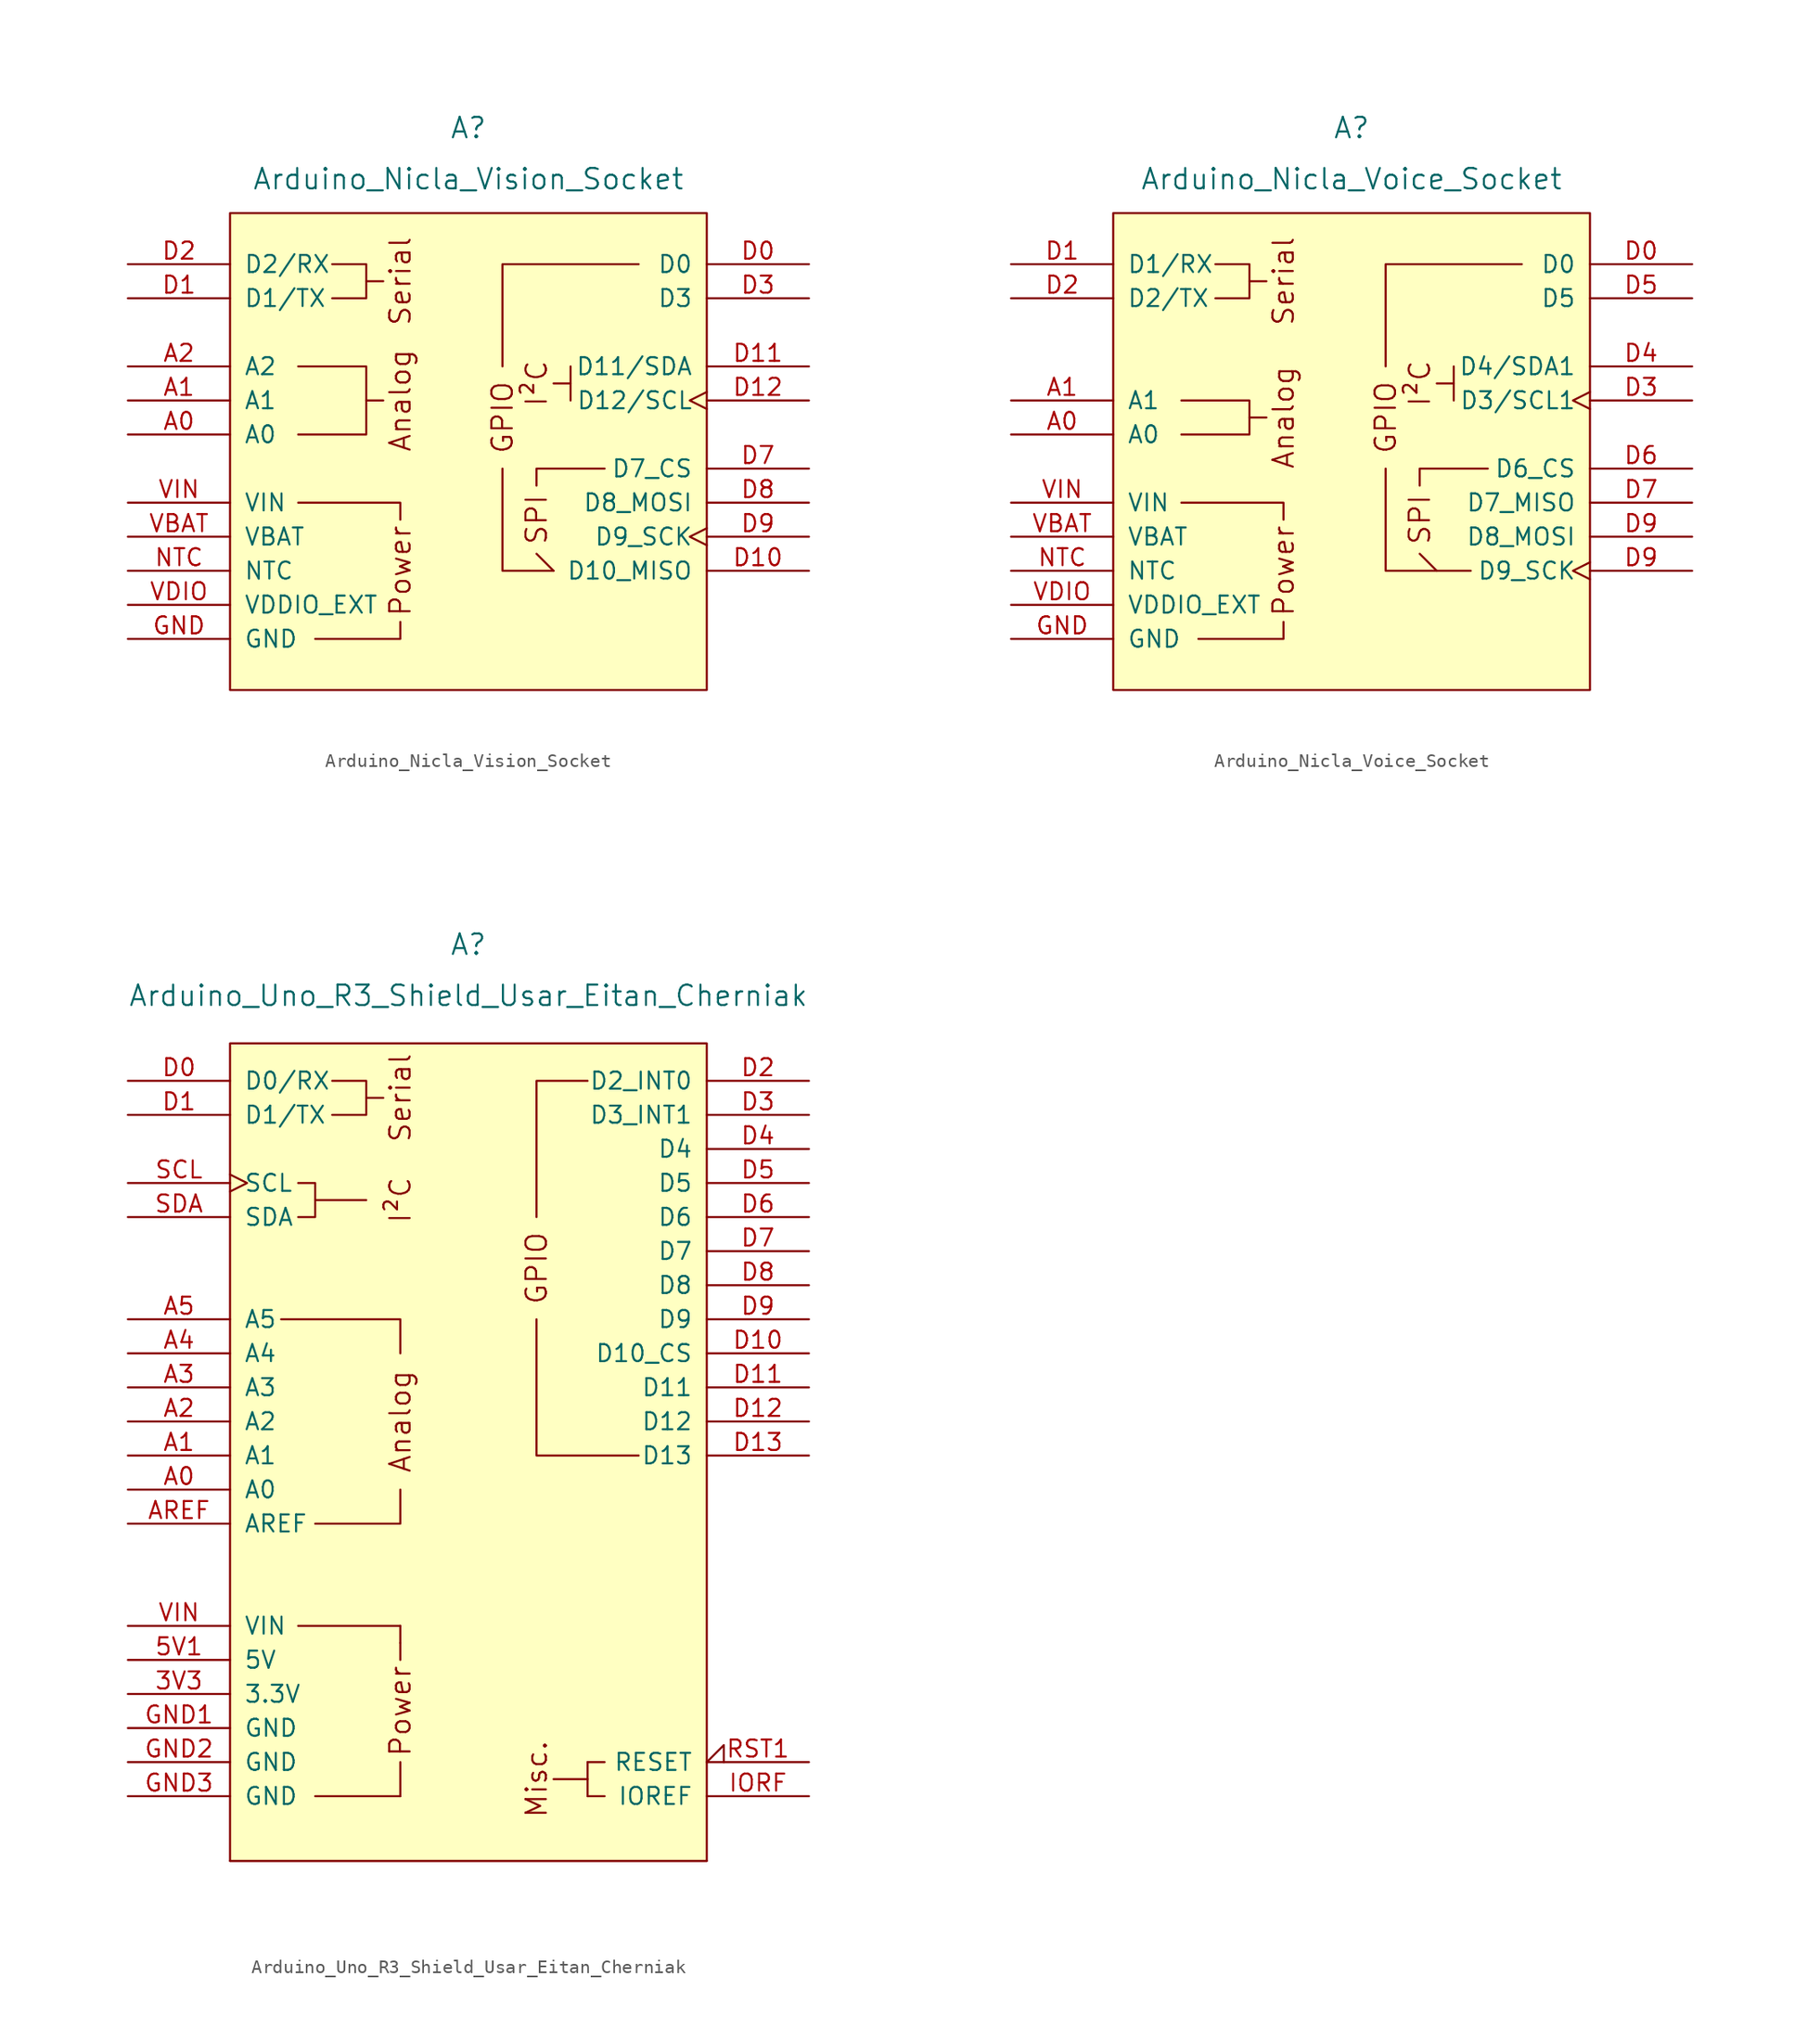
<source format=kicad_sym>
(kicad_symbol_lib
  (version 20231120)
  (generator "kicad_symbol_editor")
  (generator_version "8.0")
  (symbol "Arduino_Nicla_Vision_Socket"
    (pin_names
      (offset 1.016))
    (property "Reference" "A"
      (at 0 33.02 0)
      (effects (font (size 1.524 1.524))))
    (property "Value" "Arduino_Nicla_Vision_Socket"
      (at 0 29.21 0)
      (effects (font (size 1.524 1.524))))
    (symbol "Arduino_Nicla_Vision_Socket_0_0"
      (rectangle (start -17.78 26.67) (end 17.78 -8.89) (stroke (width 0) (type default)) (fill (type background)))
      (polyline (pts (xy -7.62 12.7) (xy -6.35 12.7)) (stroke (width 0) (type default)) (fill (type none)))
      (polyline (pts (xy -7.62 21.59) (xy -6.35 21.59)) (stroke (width 0) (type default)) (fill (type none)))
      (polyline (pts (xy 7.62 13.97) (xy 6.35 13.97)) (stroke (width 0) (type default)) (fill (type none)))
      (polyline (pts (xy -11.43 -5.08) (xy -5.08 -5.08) (xy -5.08 -3.81)) (stroke (width 0) (type default)) (fill (type none)))
      (polyline (pts (xy -5.08 3.81) (xy -5.08 5.08) (xy -12.7 5.08)) (stroke (width 0) (type default)) (fill (type none)))
      (polyline (pts (xy -10.16 22.86) (xy -7.62 22.86) (xy -7.62 20.32) (xy -10.16 20.32)) (stroke (width 0) (type default)) (fill (type none)))
      (polyline (pts (xy 5.08 6.35) (xy 5.08 6.35) (xy 5.08 7.62) (xy 10.16 7.62)) (stroke (width 0) (type default)) (fill (type none)))
      (polyline (pts (xy 6.35 0) (xy 6.35 0) (xy 6.35 0) (xy 5.08 1.27)) (stroke (width 0) (type default)) (fill (type none)))
      (polyline (pts (xy 7.62 12.7) (xy 7.62 12.7) (xy 7.62 15.24) (xy 7.62 15.24)) (stroke (width 0) (type default)) (fill (type none)))
      (text "Analog" (at -5.08 12.7 900) (effects (font (size 1.524 1.524))))
      (text "I²C" (at 5.08 13.97 900) (effects (font (size 1.524 1.524))))
      (text "Power" (at -5.08 0 900) (effects (font (size 1.524 1.524))))
      (text "Serial" (at -5.08 21.59 900) (effects (font (size 1.524 1.524)))))
    (symbol "Arduino_Nicla_Vision_Socket_0_1"
      (polyline (pts (xy -12.7 10.16) (xy -7.62 10.16) (xy -7.62 12.7)) (stroke (width 0) (type default)) (fill (type none)))
      (polyline (pts (xy -12.7 15.24) (xy -7.62 15.24) (xy -7.62 12.7)) (stroke (width 0) (type default)) (fill (type none)))
      (polyline (pts (xy 6.35 0) (xy 2.54 0) (xy 2.54 7.62)) (stroke (width 0) (type default)) (fill (type none)))
      (polyline (pts (xy 12.7 22.86) (xy 2.54 22.86) (xy 2.54 15.24)) (stroke (width 0) (type default)) (fill (type none))))
    (symbol "Arduino_Nicla_Vision_Socket_1_0"
      (text "GPIO" (at 2.54 11.43 900) (effects (font (size 1.524 1.524))))
      (text "SPI" (at 5.08 3.81 900) (effects (font (size 1.524 1.524)))))
    (symbol "Arduino_Nicla_Vision_Socket_1_1"
      (pin bidirectional line (at -25.4 10.16 0) (length 7.62) (name "A0" (effects (font (size 1.27 1.27)))) (number "A0" (effects (font (size 1.27 1.27)))))
      (pin bidirectional line (at -25.4 12.7 0) (length 7.62) (name "A1" (effects (font (size 1.27 1.27)))) (number "A1" (effects (font (size 1.27 1.27)))))
      (pin bidirectional line (at -25.4 15.24 0) (length 7.62) (name "A2" (effects (font (size 1.27 1.27)))) (number "A2" (effects (font (size 1.27 1.27)))))
      (pin bidirectional line (at 25.4 22.86 180) (length 7.62) (name "D0" (effects (font (size 1.27 1.27)))) (number "D0" (effects (font (size 1.27 1.27)))))
      (pin bidirectional line (at -25.4 20.32 0) (length 7.62) (name "D1/TX" (effects (font (size 1.27 1.27)))) (number "D1" (effects (font (size 1.27 1.27)))))
      (pin bidirectional line (at 25.4 0 180) (length 7.62) (name "D10_MISO" (effects (font (size 1.27 1.27)))) (number "D10" (effects (font (size 1.27 1.27)))))
      (pin bidirectional line (at 25.4 15.24 180) (length 7.62) (name "D11/SDA" (effects (font (size 1.27 1.27)))) (number "D11" (effects (font (size 1.27 1.27)))))
      (pin bidirectional clock (at 25.4 12.7 180) (length 7.62) (name "D12/SCL" (effects (font (size 1.27 1.27)))) (number "D12" (effects (font (size 1.27 1.27)))))
      (pin bidirectional line (at -25.4 22.86 0) (length 7.62) (name "D2/RX" (effects (font (size 1.27 1.27)))) (number "D2" (effects (font (size 1.27 1.27)))))
      (pin bidirectional line (at 25.4 20.32 180) (length 7.62) (name "D3" (effects (font (size 1.27 1.27)))) (number "D3" (effects (font (size 1.27 1.27)))))
      (pin bidirectional line (at 25.4 7.62 180) (length 7.62) (name "D7_CS" (effects (font (size 1.27 1.27)))) (number "D7" (effects (font (size 1.27 1.27)))))
      (pin bidirectional line (at 25.4 5.08 180) (length 7.62) (name "D8_MOSI" (effects (font (size 1.27 1.27)))) (number "D8" (effects (font (size 1.27 1.27)))))
      (pin bidirectional clock (at 25.4 2.54 180) (length 7.62) (name "D9_SCK" (effects (font (size 1.27 1.27)))) (number "D9" (effects (font (size 1.27 1.27)))))
      (pin power_in line (at -25.4 -5.08 0) (length 7.62) (name "GND" (effects (font (size 1.27 1.27)))) (number "GND" (effects (font (size 1.27 1.27)))))
      (pin input line (at -25.4 0 0) (length 7.62) (name "NTC" (effects (font (size 1.27 1.27)))) (number "NTC" (effects (font (size 1.27 1.27)))))
      (pin power_in line (at -25.4 2.54 0) (length 7.62) (name "VBAT" (effects (font (size 1.27 1.27)))) (number "VBAT" (effects (font (size 1.27 1.27)))))
      (pin power_out line (at -25.4 -2.54 0) (length 7.62) (name "VDDIO_EXT" (effects (font (size 1.27 1.27)))) (number "VDIO" (effects (font (size 1.27 1.27)))))
      (pin power_in line (at -25.4 5.08 0) (length 7.62) (name "VIN" (effects (font (size 1.27 1.27)))) (number "VIN" (effects (font (size 1.27 1.27)))))))
  (symbol "Arduino_Nicla_Voice_Socket"
    (pin_names
      (offset 1.016))
    (property "Reference" "A"
      (at 0 33.02 0)
      (effects (font (size 1.524 1.524))))
    (property "Value" "Arduino_Nicla_Voice_Socket"
      (at 0 29.21 0)
      (effects (font (size 1.524 1.524))))
    (symbol "Arduino_Nicla_Voice_Socket_0_0"
      (rectangle (start -17.78 26.67) (end 17.78 -8.89) (stroke (width 0) (type default)) (fill (type background)))
      (polyline (pts (xy -7.62 11.43) (xy -6.35 11.43)) (stroke (width 0) (type default)) (fill (type none)))
      (polyline (pts (xy -7.62 21.59) (xy -6.35 21.59)) (stroke (width 0) (type default)) (fill (type none)))
      (polyline (pts (xy 7.62 13.97) (xy 6.35 13.97)) (stroke (width 0) (type default)) (fill (type none)))
      (polyline (pts (xy -11.43 -5.08) (xy -5.08 -5.08) (xy -5.08 -3.81)) (stroke (width 0) (type default)) (fill (type none)))
      (polyline (pts (xy -5.08 3.81) (xy -5.08 5.08) (xy -12.7 5.08)) (stroke (width 0) (type default)) (fill (type none)))
      (polyline (pts (xy -10.16 22.86) (xy -7.62 22.86) (xy -7.62 20.32) (xy -10.16 20.32)) (stroke (width 0) (type default)) (fill (type none)))
      (polyline (pts (xy 5.08 6.35) (xy 5.08 6.35) (xy 5.08 7.62) (xy 10.16 7.62)) (stroke (width 0) (type default)) (fill (type none)))
      (polyline (pts (xy 6.35 0) (xy 6.35 0) (xy 6.35 0) (xy 5.08 1.27)) (stroke (width 0) (type default)) (fill (type none)))
      (polyline (pts (xy 7.62 12.7) (xy 7.62 12.7) (xy 7.62 15.24) (xy 7.62 15.24)) (stroke (width 0) (type default)) (fill (type none)))
      (text "Analog" (at -5.08 11.43 900) (effects (font (size 1.524 1.524))))
      (text "I²C" (at 5.08 13.97 900) (effects (font (size 1.524 1.524))))
      (text "Power" (at -5.08 0 900) (effects (font (size 1.524 1.524))))
      (text "Serial" (at -5.08 21.59 900) (effects (font (size 1.524 1.524)))))
    (symbol "Arduino_Nicla_Voice_Socket_0_1"
      (polyline (pts (xy -12.7 10.16) (xy -7.62 10.16) (xy -7.62 11.43)) (stroke (width 0) (type default)) (fill (type none)))
      (polyline (pts (xy -12.7 12.7) (xy -7.62 12.7) (xy -7.62 11.43)) (stroke (width 0) (type default)) (fill (type none)))
      (polyline (pts (xy 8.89 0) (xy 2.54 0) (xy 2.54 7.62)) (stroke (width 0) (type default)) (fill (type none)))
      (polyline (pts (xy 12.7 22.86) (xy 2.54 22.86) (xy 2.54 15.24)) (stroke (width 0) (type default)) (fill (type none))))
    (symbol "Arduino_Nicla_Voice_Socket_1_0"
      (text "GPIO" (at 2.54 11.43 900) (effects (font (size 1.524 1.524))))
      (text "SPI" (at 5.08 3.81 900) (effects (font (size 1.524 1.524)))))
    (symbol "Arduino_Nicla_Voice_Socket_1_1"
      (pin bidirectional line (at -25.4 10.16 0) (length 7.62) (name "A0" (effects (font (size 1.27 1.27)))) (number "A0" (effects (font (size 1.27 1.27)))))
      (pin bidirectional line (at -25.4 12.7 0) (length 7.62) (name "A1" (effects (font (size 1.27 1.27)))) (number "A1" (effects (font (size 1.27 1.27)))))
      (pin bidirectional line (at 25.4 22.86 180) (length 7.62) (name "D0" (effects (font (size 1.27 1.27)))) (number "D0" (effects (font (size 1.27 1.27)))))
      (pin bidirectional line (at -25.4 22.86 0) (length 7.62) (name "D1/RX" (effects (font (size 1.27 1.27)))) (number "D1" (effects (font (size 1.27 1.27)))))
      (pin bidirectional line (at -25.4 20.32 0) (length 7.62) (name "D2/TX" (effects (font (size 1.27 1.27)))) (number "D2" (effects (font (size 1.27 1.27)))))
      (pin bidirectional clock (at 25.4 12.7 180) (length 7.62) (name "D3/SCL1" (effects (font (size 1.27 1.27)))) (number "D3" (effects (font (size 1.27 1.27)))))
      (pin bidirectional line (at 25.4 15.24 180) (length 7.62) (name "D4/SDA1" (effects (font (size 1.27 1.27)))) (number "D4" (effects (font (size 1.27 1.27)))))
      (pin bidirectional line (at 25.4 20.32 180) (length 7.62) (name "D5" (effects (font (size 1.27 1.27)))) (number "D5" (effects (font (size 1.27 1.27)))))
      (pin bidirectional line (at 25.4 7.62 180) (length 7.62) (name "D6_CS" (effects (font (size 1.27 1.27)))) (number "D6" (effects (font (size 1.27 1.27)))))
      (pin bidirectional line (at 25.4 5.08 180) (length 7.62) (name "D7_MISO" (effects (font (size 1.27 1.27)))) (number "D7" (effects (font (size 1.27 1.27)))))
      (pin bidirectional line (at 25.4 2.54 180) (length 7.62) (name "D8_MOSI" (effects (font (size 1.27 1.27)))) (number "D9" (effects (font (size 1.27 1.27)))))
      (pin bidirectional clock (at 25.4 0 180) (length 7.62) (name "D9_SCK" (effects (font (size 1.27 1.27)))) (number "D9" (effects (font (size 1.27 1.27)))))
      (pin power_in line (at -25.4 -5.08 0) (length 7.62) (name "GND" (effects (font (size 1.27 1.27)))) (number "GND" (effects (font (size 1.27 1.27)))))
      (pin input line (at -25.4 0 0) (length 7.62) (name "NTC" (effects (font (size 1.27 1.27)))) (number "NTC" (effects (font (size 1.27 1.27)))))
      (pin power_in line (at -25.4 2.54 0) (length 7.62) (name "VBAT" (effects (font (size 1.27 1.27)))) (number "VBAT" (effects (font (size 1.27 1.27)))))
      (pin power_out line (at -25.4 -2.54 0) (length 7.62) (name "VDDIO_EXT" (effects (font (size 1.27 1.27)))) (number "VDIO" (effects (font (size 1.27 1.27)))))
      (pin power_in line (at -25.4 5.08 0) (length 7.62) (name "VIN" (effects (font (size 1.27 1.27)))) (number "VIN" (effects (font (size 1.27 1.27)))))))
  (symbol "Arduino_Uno_R3_Shield_Usar_Eitan_Cherniak"
    (pin_names
      (offset 1.016))
    (property "Reference" "A"
      (at -2.54 38.1 0)
      (effects (font (size 1.524 1.524))))
    (property "Value" "Arduino_Uno_R3_Shield_Usar_Eitan_Cherniak"
      (at -2.54 34.29 0)
      (effects (font (size 1.524 1.524))))
    (symbol "Arduino_Uno_R3_Shield_Usar_Eitan_Cherniak_0_0"
      (rectangle (start -20.32 30.734) (end 15.24 -30.226) (stroke (width 0) (type default)) (fill (type background)))
      (rectangle (start -15.24 -12.7) (end -7.62 -12.7) (stroke (width 0) (type default)) (fill (type none)))
      (rectangle (start -13.97 -25.4) (end -7.62 -25.4) (stroke (width 0) (type default)) (fill (type none)))
      (polyline (pts (xy -13.97 19.05) (xy -10.16 19.05)) (stroke (width 0) (type default)) (fill (type none)))
      (polyline (pts (xy -10.16 26.67) (xy -8.89 26.67)) (stroke (width 0) (type default)) (fill (type none)))
      (polyline (pts (xy -7.62 -25.4) (xy -7.62 -22.86)) (stroke (width 0) (type default)) (fill (type none)))
      (polyline (pts (xy -7.62 -13.97) (xy -7.62 -15.24)) (stroke (width 0) (type default)) (fill (type none)))
      (polyline (pts (xy -7.62 -12.7) (xy -7.62 -13.97)) (stroke (width 0) (type default)) (fill (type none)))
      (polyline (pts (xy -7.62 -2.54) (xy -7.62 -5.08) (xy -13.97 -5.08)) (stroke (width 0) (type default)) (fill (type none)))
      (polyline (pts (xy -7.62 7.62) (xy -7.62 10.16) (xy -16.51 10.16)) (stroke (width 0) (type default)) (fill (type none)))
      (polyline (pts (xy 2.54 10.16) (xy 2.54 0) (xy 10.16 0)) (stroke (width 0) (type default)) (fill (type none)))
      (polyline (pts (xy 2.54 17.78) (xy 2.54 27.94) (xy 6.35 27.94)) (stroke (width 0) (type default)) (fill (type none)))
      (polyline (pts (xy -15.24 20.32) (xy -13.97 20.32) (xy -13.97 17.78) (xy -15.24 17.78)) (stroke (width 0) (type default)) (fill (type none)))
      (polyline (pts (xy -12.7 27.94) (xy -10.16 27.94) (xy -10.16 25.4) (xy -12.7 25.4)) (stroke (width 0) (type default)) (fill (type none)))
      (rectangle (start 6.35 -24.13) (end 3.81 -24.13) (stroke (width 0) (type default)) (fill (type none)))
      (rectangle (start 6.35 -22.86) (end 6.35 -25.4) (stroke (width 0) (type default)) (fill (type none)))
      (rectangle (start 7.62 -25.4) (end 6.35 -25.4) (stroke (width 0) (type default)) (fill (type none)))
      (rectangle (start 7.62 -22.86) (end 6.35 -22.86) (stroke (width 0) (type default)) (fill (type none)))
      (text "Analog" (at -7.62 2.54 900) (effects (font (size 1.524 1.524))))
      (text "I²C" (at -7.62 19.05 900) (effects (font (size 1.524 1.524))))
      (text "Misc." (at 2.54 -24.13 900) (effects (font (size 1.524 1.524))))
      (text "Power" (at -7.62 -19.05 900) (effects (font (size 1.524 1.524))))
      (text "Serial" (at -7.62 26.67 900) (effects (font (size 1.524 1.524)))))
    (symbol "Arduino_Uno_R3_Shield_Usar_Eitan_Cherniak_0_1"
      (polyline (pts (xy 15.24 -30.226) (xy -20.32 -30.226)) (stroke (width 0) (type default)) (fill (type none))))
    (symbol "Arduino_Uno_R3_Shield_Usar_Eitan_Cherniak_1_0"
      (text "GPIO" (at 2.54 13.97 900) (effects (font (size 1.524 1.524)))))
    (symbol "Arduino_Uno_R3_Shield_Usar_Eitan_Cherniak_1_1"
      (pin power_out line (at -27.94 -17.78 0) (length 7.62) (name "3.3V" (effects (font (size 1.27 1.27)))) (number "3V3" (effects (font (size 1.27 1.27)))))
      (pin power_in line (at -27.94 -15.24 0) (length 7.62) (name "5V" (effects (font (size 1.27 1.27)))) (number "5V1" (effects (font (size 1.27 1.27)))))
      (pin bidirectional line (at -27.94 -2.54 0) (length 7.62) (name "A0" (effects (font (size 1.27 1.27)))) (number "A0" (effects (font (size 1.27 1.27)))))
      (pin bidirectional line (at -27.94 0 0) (length 7.62) (name "A1" (effects (font (size 1.27 1.27)))) (number "A1" (effects (font (size 1.27 1.27)))))
      (pin bidirectional line (at -27.94 2.54 0) (length 7.62) (name "A2" (effects (font (size 1.27 1.27)))) (number "A2" (effects (font (size 1.27 1.27)))))
      (pin bidirectional line (at -27.94 5.08 0) (length 7.62) (name "A3" (effects (font (size 1.27 1.27)))) (number "A3" (effects (font (size 1.27 1.27)))))
      (pin bidirectional line (at -27.94 7.62 0) (length 7.62) (name "A4" (effects (font (size 1.27 1.27)))) (number "A4" (effects (font (size 1.27 1.27)))))
      (pin bidirectional line (at -27.94 10.16 0) (length 7.62) (name "A5" (effects (font (size 1.27 1.27)))) (number "A5" (effects (font (size 1.27 1.27)))))
      (pin input line (at -27.94 -5.08 0) (length 7.62) (name "AREF" (effects (font (size 1.27 1.27)))) (number "AREF" (effects (font (size 1.27 1.27)))))
      (pin bidirectional line (at -27.94 27.94 0) (length 7.62) (name "D0/RX" (effects (font (size 1.27 1.27)))) (number "D0" (effects (font (size 1.27 1.27)))))
      (pin bidirectional line (at -27.94 25.4 0) (length 7.62) (name "D1/TX" (effects (font (size 1.27 1.27)))) (number "D1" (effects (font (size 1.27 1.27)))))
      (pin bidirectional line (at 22.86 7.62 180) (length 7.62) (name "D10_CS" (effects (font (size 1.27 1.27)))) (number "D10" (effects (font (size 1.27 1.27)))))
      (pin bidirectional line (at 22.86 5.08 180) (length 7.62) (name "D11" (effects (font (size 1.27 1.27)))) (number "D11" (effects (font (size 1.27 1.27)))))
      (pin bidirectional line (at 22.86 2.54 180) (length 7.62) (name "D12" (effects (font (size 1.27 1.27)))) (number "D12" (effects (font (size 1.27 1.27)))))
      (pin bidirectional line (at 22.86 0 180) (length 7.62) (name "D13" (effects (font (size 1.27 1.27)))) (number "D13" (effects (font (size 1.27 1.27)))))
      (pin bidirectional line (at 22.86 27.94 180) (length 7.62) (name "D2_INT0" (effects (font (size 1.27 1.27)))) (number "D2" (effects (font (size 1.27 1.27)))))
      (pin bidirectional line (at 22.86 25.4 180) (length 7.62) (name "D3_INT1" (effects (font (size 1.27 1.27)))) (number "D3" (effects (font (size 1.27 1.27)))))
      (pin bidirectional line (at 22.86 22.86 180) (length 7.62) (name "D4" (effects (font (size 1.27 1.27)))) (number "D4" (effects (font (size 1.27 1.27)))))
      (pin bidirectional line (at 22.86 20.32 180) (length 7.62) (name "D5" (effects (font (size 1.27 1.27)))) (number "D5" (effects (font (size 1.27 1.27)))))
      (pin bidirectional line (at 22.86 17.78 180) (length 7.62) (name "D6" (effects (font (size 1.27 1.27)))) (number "D6" (effects (font (size 1.27 1.27)))))
      (pin bidirectional line (at 22.86 15.24 180) (length 7.62) (name "D7" (effects (font (size 1.27 1.27)))) (number "D7" (effects (font (size 1.27 1.27)))))
      (pin bidirectional line (at 22.86 12.7 180) (length 7.62) (name "D8" (effects (font (size 1.27 1.27)))) (number "D8" (effects (font (size 1.27 1.27)))))
      (pin bidirectional line (at 22.86 10.16 180) (length 7.62) (name "D9" (effects (font (size 1.27 1.27)))) (number "D9" (effects (font (size 1.27 1.27)))))
      (pin power_in line (at -27.94 -20.32 0) (length 7.62) (name "GND" (effects (font (size 1.27 1.27)))) (number "GND1" (effects (font (size 1.27 1.27)))))
      (pin power_in line (at -27.94 -22.86 0) (length 7.62) (name "GND" (effects (font (size 1.27 1.27)))) (number "GND2" (effects (font (size 1.27 1.27)))))
      (pin power_in line (at -27.94 -25.4 0) (length 7.62) (name "GND" (effects (font (size 1.27 1.27)))) (number "GND3" (effects (font (size 1.27 1.27)))))
      (pin output line (at 22.86 -25.4 180) (length 7.62) (name "IOREF" (effects (font (size 1.27 1.27)))) (number "IORF" (effects (font (size 1.27 1.27)))))
      (pin open_collector input_low (at 22.86 -22.86 180) (length 7.62) (name "RESET" (effects (font (size 1.27 1.27)))) (number "RST1" (effects (font (size 1.27 1.27)))))
      (pin bidirectional clock (at -27.94 20.32 0) (length 7.62) (name "SCL" (effects (font (size 1.27 1.27)))) (number "SCL" (effects (font (size 1.27 1.27)))))
      (pin bidirectional line (at -27.94 17.78 0) (length 7.62) (name "SDA" (effects (font (size 1.27 1.27)))) (number "SDA" (effects (font (size 1.27 1.27)))))
      (pin power_in line (at -27.94 -12.7 0) (length 7.62) (name "VIN" (effects (font (size 1.27 1.27)))) (number "VIN" (effects (font (size 1.27 1.27))))))))
</source>
